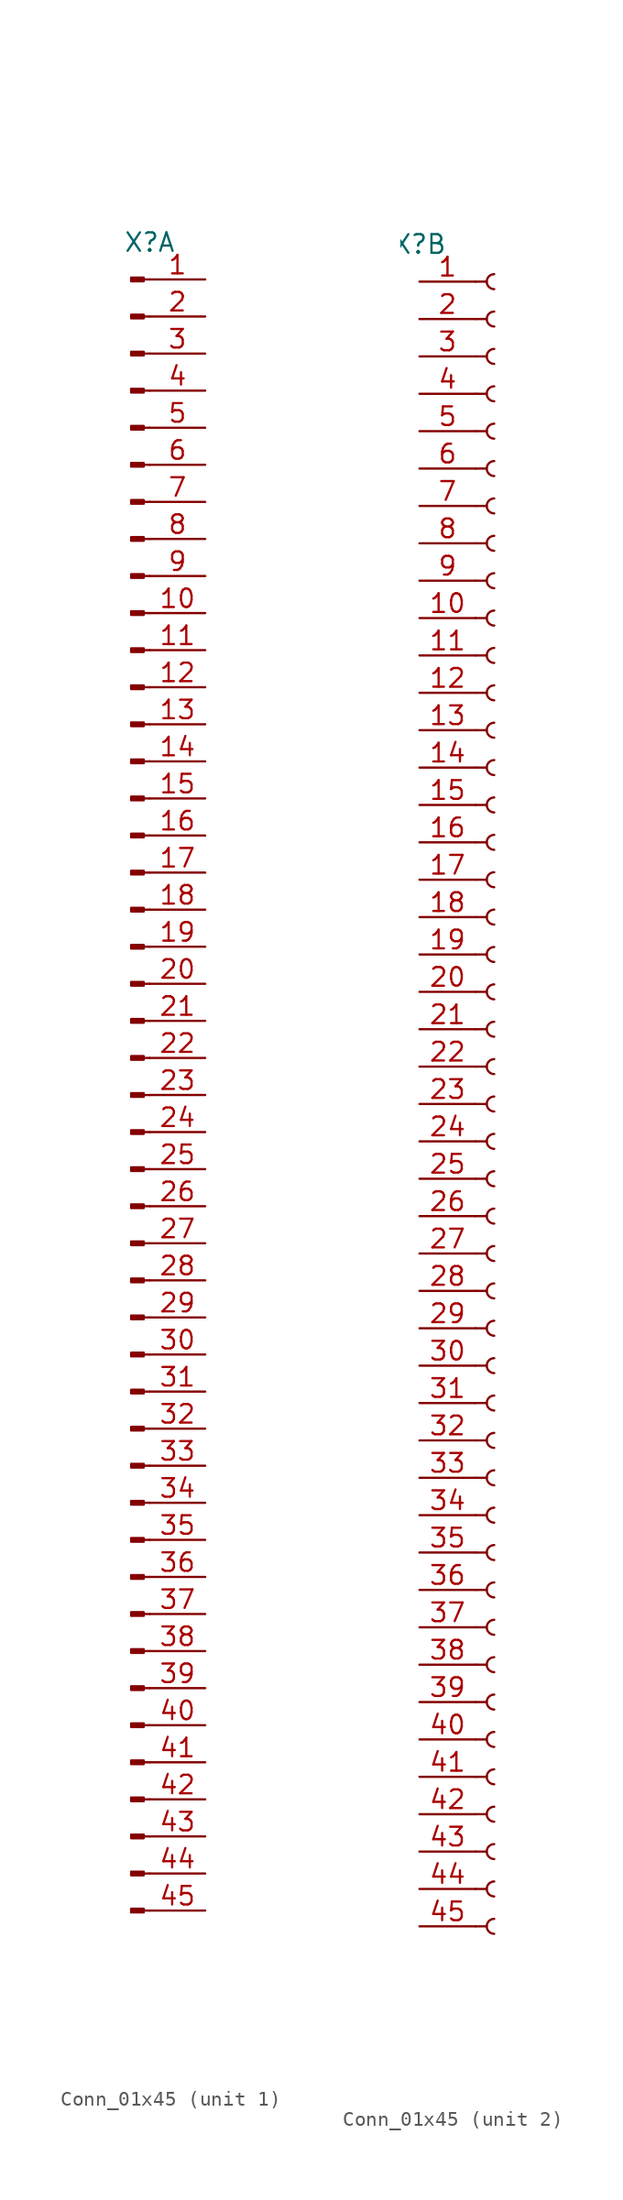
<source format=kicad_sym>
(kicad_symbol_lib
  (version 20241209)
  (generator "kicad_symbol_editor")
  (generator_version "9.0")
  (symbol "Conn_01x45"
    (pin_names
      (offset 1.016)
      (hide yes))
    (property "Reference" "X"
      (at 0 58.42 0)
      (effects (font (size 1.27 1.27))))
    (property "ki_locked" ""
      (at 0 0 0)
      (effects (font (size 1.27 1.27))))
    (symbol "Conn_01x45_1_1"
      (rectangle (start -0.406 56.007) (end -1.27 55.753) (stroke (width 0.152) (type default)) (fill (type outline)))
      (rectangle (start -0.406 53.467) (end -1.27 53.213) (stroke (width 0.152) (type default)) (fill (type outline)))
      (rectangle (start -0.406 50.927) (end -1.27 50.673) (stroke (width 0.152) (type default)) (fill (type outline)))
      (rectangle (start -0.406 48.387) (end -1.27 48.133) (stroke (width 0.152) (type default)) (fill (type outline)))
      (rectangle (start -0.406 45.847) (end -1.27 45.593) (stroke (width 0.152) (type default)) (fill (type outline)))
      (rectangle (start -0.406 43.307) (end -1.27 43.053) (stroke (width 0.152) (type default)) (fill (type outline)))
      (rectangle (start -0.406 40.767) (end -1.27 40.513) (stroke (width 0.152) (type default)) (fill (type outline)))
      (rectangle (start -0.406 38.227) (end -1.27 37.973) (stroke (width 0.152) (type default)) (fill (type outline)))
      (rectangle (start -0.406 35.687) (end -1.27 35.433) (stroke (width 0.152) (type default)) (fill (type outline)))
      (rectangle (start -0.406 33.147) (end -1.27 32.893) (stroke (width 0.152) (type default)) (fill (type outline)))
      (rectangle (start -0.406 30.607) (end -1.27 30.353) (stroke (width 0.152) (type default)) (fill (type outline)))
      (rectangle (start -0.406 28.067) (end -1.27 27.813) (stroke (width 0.152) (type default)) (fill (type outline)))
      (rectangle (start -0.406 25.527) (end -1.27 25.273) (stroke (width 0.152) (type default)) (fill (type outline)))
      (rectangle (start -0.406 22.987) (end -1.27 22.733) (stroke (width 0.152) (type default)) (fill (type outline)))
      (rectangle (start -0.406 20.447) (end -1.27 20.193) (stroke (width 0.152) (type default)) (fill (type outline)))
      (rectangle (start -0.406 17.907) (end -1.27 17.653) (stroke (width 0.152) (type default)) (fill (type outline)))
      (rectangle (start -0.406 15.367) (end -1.27 15.113) (stroke (width 0.152) (type default)) (fill (type outline)))
      (rectangle (start -0.406 12.827) (end -1.27 12.573) (stroke (width 0.152) (type default)) (fill (type outline)))
      (rectangle (start -0.406 10.287) (end -1.27 10.033) (stroke (width 0.152) (type default)) (fill (type outline)))
      (rectangle (start -0.406 7.747) (end -1.27 7.493) (stroke (width 0.152) (type default)) (fill (type outline)))
      (rectangle (start -0.406 5.207) (end -1.27 4.953) (stroke (width 0.152) (type default)) (fill (type outline)))
      (rectangle (start -0.406 2.667) (end -1.27 2.413) (stroke (width 0.152) (type default)) (fill (type outline)))
      (rectangle (start -0.406 0.127) (end -1.27 -0.127) (stroke (width 0.152) (type default)) (fill (type outline)))
      (rectangle (start -0.406 -2.413) (end -1.27 -2.667) (stroke (width 0.152) (type default)) (fill (type outline)))
      (rectangle (start -0.406 -4.953) (end -1.27 -5.207) (stroke (width 0.152) (type default)) (fill (type outline)))
      (rectangle (start -0.406 -7.493) (end -1.27 -7.747) (stroke (width 0.152) (type default)) (fill (type outline)))
      (rectangle (start -0.406 -10.033) (end -1.27 -10.287) (stroke (width 0.152) (type default)) (fill (type outline)))
      (rectangle (start -0.406 -12.573) (end -1.27 -12.827) (stroke (width 0.152) (type default)) (fill (type outline)))
      (rectangle (start -0.406 -15.113) (end -1.27 -15.367) (stroke (width 0.152) (type default)) (fill (type outline)))
      (rectangle (start -0.406 -17.653) (end -1.27 -17.907) (stroke (width 0.152) (type default)) (fill (type outline)))
      (rectangle (start -0.406 -20.193) (end -1.27 -20.447) (stroke (width 0.152) (type default)) (fill (type outline)))
      (rectangle (start -0.406 -22.733) (end -1.27 -22.987) (stroke (width 0.152) (type default)) (fill (type outline)))
      (rectangle (start -0.406 -25.273) (end -1.27 -25.527) (stroke (width 0.152) (type default)) (fill (type outline)))
      (rectangle (start -0.406 -27.813) (end -1.27 -28.067) (stroke (width 0.152) (type default)) (fill (type outline)))
      (rectangle (start -0.406 -30.353) (end -1.27 -30.607) (stroke (width 0.152) (type default)) (fill (type outline)))
      (rectangle (start -0.406 -32.893) (end -1.27 -33.147) (stroke (width 0.152) (type default)) (fill (type outline)))
      (rectangle (start -0.406 -35.433) (end -1.27 -35.687) (stroke (width 0.152) (type default)) (fill (type outline)))
      (rectangle (start -0.406 -37.973) (end -1.27 -38.227) (stroke (width 0.152) (type default)) (fill (type outline)))
      (rectangle (start -0.406 -40.513) (end -1.27 -40.767) (stroke (width 0.152) (type default)) (fill (type outline)))
      (rectangle (start -0.406 -43.053) (end -1.27 -43.307) (stroke (width 0.152) (type default)) (fill (type outline)))
      (rectangle (start -0.406 -45.593) (end -1.27 -45.847) (stroke (width 0.152) (type default)) (fill (type outline)))
      (rectangle (start -0.406 -48.133) (end -1.27 -48.387) (stroke (width 0.152) (type default)) (fill (type outline)))
      (rectangle (start -0.406 -50.673) (end -1.27 -50.927) (stroke (width 0.152) (type default)) (fill (type outline)))
      (rectangle (start -0.406 -53.213) (end -1.27 -53.467) (stroke (width 0.152) (type default)) (fill (type outline)))
      (rectangle (start -0.406 -55.753) (end -1.27 -56.007) (stroke (width 0.152) (type default)) (fill (type outline)))
      (polyline (pts (xy 0 55.88) (xy -0.406 55.88)) (stroke (width 0.152) (type default)) (fill (type none)))
      (polyline (pts (xy 0 53.34) (xy -0.406 53.34)) (stroke (width 0.152) (type default)) (fill (type none)))
      (polyline (pts (xy 0 50.8) (xy -0.406 50.8)) (stroke (width 0.152) (type default)) (fill (type none)))
      (polyline (pts (xy 0 48.26) (xy -0.406 48.26)) (stroke (width 0.152) (type default)) (fill (type none)))
      (polyline (pts (xy 0 45.72) (xy -0.406 45.72)) (stroke (width 0.152) (type default)) (fill (type none)))
      (polyline (pts (xy 0 43.18) (xy -0.406 43.18)) (stroke (width 0.152) (type default)) (fill (type none)))
      (polyline (pts (xy 0 40.64) (xy -0.406 40.64)) (stroke (width 0.152) (type default)) (fill (type none)))
      (polyline (pts (xy 0 38.1) (xy -0.406 38.1)) (stroke (width 0.152) (type default)) (fill (type none)))
      (polyline (pts (xy 0 35.56) (xy -0.406 35.56)) (stroke (width 0.152) (type default)) (fill (type none)))
      (polyline (pts (xy 0 33.02) (xy -0.406 33.02)) (stroke (width 0.152) (type default)) (fill (type none)))
      (polyline (pts (xy 0 30.48) (xy -0.406 30.48)) (stroke (width 0.152) (type default)) (fill (type none)))
      (polyline (pts (xy 0 27.94) (xy -0.406 27.94)) (stroke (width 0.152) (type default)) (fill (type none)))
      (polyline (pts (xy 0 25.4) (xy -0.406 25.4)) (stroke (width 0.152) (type default)) (fill (type none)))
      (polyline (pts (xy 0 22.86) (xy -0.406 22.86)) (stroke (width 0.152) (type default)) (fill (type none)))
      (polyline (pts (xy 0 20.32) (xy -0.406 20.32)) (stroke (width 0.152) (type default)) (fill (type none)))
      (polyline (pts (xy 0 17.78) (xy -0.406 17.78)) (stroke (width 0.152) (type default)) (fill (type none)))
      (polyline (pts (xy 0 15.24) (xy -0.406 15.24)) (stroke (width 0.152) (type default)) (fill (type none)))
      (polyline (pts (xy 0 12.7) (xy -0.406 12.7)) (stroke (width 0.152) (type default)) (fill (type none)))
      (polyline (pts (xy 0 10.16) (xy -0.406 10.16)) (stroke (width 0.152) (type default)) (fill (type none)))
      (polyline (pts (xy 0 7.62) (xy -0.406 7.62)) (stroke (width 0.152) (type default)) (fill (type none)))
      (polyline (pts (xy 0 5.08) (xy -0.406 5.08)) (stroke (width 0.152) (type default)) (fill (type none)))
      (polyline (pts (xy 0 2.54) (xy -0.406 2.54)) (stroke (width 0.152) (type default)) (fill (type none)))
      (polyline (pts (xy 0 0) (xy -0.406 0)) (stroke (width 0.152) (type default)) (fill (type none)))
      (polyline (pts (xy 0 -2.54) (xy -0.406 -2.54)) (stroke (width 0.152) (type default)) (fill (type none)))
      (polyline (pts (xy 0 -5.08) (xy -0.406 -5.08)) (stroke (width 0.152) (type default)) (fill (type none)))
      (polyline (pts (xy 0 -7.62) (xy -0.406 -7.62)) (stroke (width 0.152) (type default)) (fill (type none)))
      (polyline (pts (xy 0 -10.16) (xy -0.406 -10.16)) (stroke (width 0.152) (type default)) (fill (type none)))
      (polyline (pts (xy 0 -12.7) (xy -0.406 -12.7)) (stroke (width 0.152) (type default)) (fill (type none)))
      (polyline (pts (xy 0 -15.24) (xy -0.406 -15.24)) (stroke (width 0.152) (type default)) (fill (type none)))
      (polyline (pts (xy 0 -17.78) (xy -0.406 -17.78)) (stroke (width 0.152) (type default)) (fill (type none)))
      (polyline (pts (xy 0 -20.32) (xy -0.406 -20.32)) (stroke (width 0.152) (type default)) (fill (type none)))
      (polyline (pts (xy 0 -22.86) (xy -0.406 -22.86)) (stroke (width 0.152) (type default)) (fill (type none)))
      (polyline (pts (xy 0 -25.4) (xy -0.406 -25.4)) (stroke (width 0.152) (type default)) (fill (type none)))
      (polyline (pts (xy 0 -27.94) (xy -0.406 -27.94)) (stroke (width 0.152) (type default)) (fill (type none)))
      (polyline (pts (xy 0 -30.48) (xy -0.406 -30.48)) (stroke (width 0.152) (type default)) (fill (type none)))
      (polyline (pts (xy 0 -33.02) (xy -0.406 -33.02)) (stroke (width 0.152) (type default)) (fill (type none)))
      (polyline (pts (xy 0 -35.56) (xy -0.406 -35.56)) (stroke (width 0.152) (type default)) (fill (type none)))
      (polyline (pts (xy 0 -38.1) (xy -0.406 -38.1)) (stroke (width 0.152) (type default)) (fill (type none)))
      (polyline (pts (xy 0 -40.64) (xy -0.406 -40.64)) (stroke (width 0.152) (type default)) (fill (type none)))
      (polyline (pts (xy 0 -43.18) (xy -0.406 -43.18)) (stroke (width 0.152) (type default)) (fill (type none)))
      (polyline (pts (xy 0 -45.72) (xy -0.406 -45.72)) (stroke (width 0.152) (type default)) (fill (type none)))
      (polyline (pts (xy 0 -48.26) (xy -0.406 -48.26)) (stroke (width 0.152) (type default)) (fill (type none)))
      (polyline (pts (xy 0 -50.8) (xy -0.406 -50.8)) (stroke (width 0.152) (type default)) (fill (type none)))
      (polyline (pts (xy 0 -53.34) (xy -0.406 -53.34)) (stroke (width 0.152) (type default)) (fill (type none)))
      (polyline (pts (xy 0 -55.88) (xy -0.406 -55.88)) (stroke (width 0.152) (type default)) (fill (type none)))
      (pin passive line (at 3.81 55.88 180) (length 3.81) (name "Pin_1" (effects (font (size 1.27 1.27)))) (number "1" (effects (font (size 1.27 1.27)))))
      (pin passive line (at 3.81 53.34 180) (length 3.81) (name "Pin_2" (effects (font (size 1.27 1.27)))) (number "2" (effects (font (size 1.27 1.27)))))
      (pin passive line (at 3.81 50.8 180) (length 3.81) (name "Pin_3" (effects (font (size 1.27 1.27)))) (number "3" (effects (font (size 1.27 1.27)))))
      (pin passive line (at 3.81 48.26 180) (length 3.81) (name "Pin_4" (effects (font (size 1.27 1.27)))) (number "4" (effects (font (size 1.27 1.27)))))
      (pin passive line (at 3.81 45.72 180) (length 3.81) (name "Pin_5" (effects (font (size 1.27 1.27)))) (number "5" (effects (font (size 1.27 1.27)))))
      (pin passive line (at 3.81 43.18 180) (length 3.81) (name "Pin_6" (effects (font (size 1.27 1.27)))) (number "6" (effects (font (size 1.27 1.27)))))
      (pin passive line (at 3.81 40.64 180) (length 3.81) (name "Pin_7" (effects (font (size 1.27 1.27)))) (number "7" (effects (font (size 1.27 1.27)))))
      (pin passive line (at 3.81 38.1 180) (length 3.81) (name "Pin_8" (effects (font (size 1.27 1.27)))) (number "8" (effects (font (size 1.27 1.27)))))
      (pin passive line (at 3.81 35.56 180) (length 3.81) (name "Pin_9" (effects (font (size 1.27 1.27)))) (number "9" (effects (font (size 1.27 1.27)))))
      (pin passive line (at 3.81 33.02 180) (length 3.81) (name "Pin_10" (effects (font (size 1.27 1.27)))) (number "10" (effects (font (size 1.27 1.27)))))
      (pin passive line (at 3.81 30.48 180) (length 3.81) (name "Pin_11" (effects (font (size 1.27 1.27)))) (number "11" (effects (font (size 1.27 1.27)))))
      (pin passive line (at 3.81 27.94 180) (length 3.81) (name "Pin_12" (effects (font (size 1.27 1.27)))) (number "12" (effects (font (size 1.27 1.27)))))
      (pin passive line (at 3.81 25.4 180) (length 3.81) (name "Pin_13" (effects (font (size 1.27 1.27)))) (number "13" (effects (font (size 1.27 1.27)))))
      (pin passive line (at 3.81 22.86 180) (length 3.81) (name "Pin_14" (effects (font (size 1.27 1.27)))) (number "14" (effects (font (size 1.27 1.27)))))
      (pin passive line (at 3.81 20.32 180) (length 3.81) (name "Pin_15" (effects (font (size 1.27 1.27)))) (number "15" (effects (font (size 1.27 1.27)))))
      (pin passive line (at 3.81 17.78 180) (length 3.81) (name "Pin_16" (effects (font (size 1.27 1.27)))) (number "16" (effects (font (size 1.27 1.27)))))
      (pin passive line (at 3.81 15.24 180) (length 3.81) (name "Pin_17" (effects (font (size 1.27 1.27)))) (number "17" (effects (font (size 1.27 1.27)))))
      (pin passive line (at 3.81 12.7 180) (length 3.81) (name "Pin_18" (effects (font (size 1.27 1.27)))) (number "18" (effects (font (size 1.27 1.27)))))
      (pin passive line (at 3.81 10.16 180) (length 3.81) (name "Pin_19" (effects (font (size 1.27 1.27)))) (number "19" (effects (font (size 1.27 1.27)))))
      (pin passive line (at 3.81 7.62 180) (length 3.81) (name "Pin_20" (effects (font (size 1.27 1.27)))) (number "20" (effects (font (size 1.27 1.27)))))
      (pin passive line (at 3.81 5.08 180) (length 3.81) (name "Pin_21" (effects (font (size 1.27 1.27)))) (number "21" (effects (font (size 1.27 1.27)))))
      (pin passive line (at 3.81 2.54 180) (length 3.81) (name "Pin_22" (effects (font (size 1.27 1.27)))) (number "22" (effects (font (size 1.27 1.27)))))
      (pin passive line (at 3.81 0 180) (length 3.81) (name "Pin_23" (effects (font (size 1.27 1.27)))) (number "23" (effects (font (size 1.27 1.27)))))
      (pin passive line (at 3.81 -2.54 180) (length 3.81) (name "Pin_24" (effects (font (size 1.27 1.27)))) (number "24" (effects (font (size 1.27 1.27)))))
      (pin passive line (at 3.81 -5.08 180) (length 3.81) (name "Pin_25" (effects (font (size 1.27 1.27)))) (number "25" (effects (font (size 1.27 1.27)))))
      (pin passive line (at 3.81 -7.62 180) (length 3.81) (name "Pin_26" (effects (font (size 1.27 1.27)))) (number "26" (effects (font (size 1.27 1.27)))))
      (pin passive line (at 3.81 -10.16 180) (length 3.81) (name "Pin_27" (effects (font (size 1.27 1.27)))) (number "27" (effects (font (size 1.27 1.27)))))
      (pin passive line (at 3.81 -12.7 180) (length 3.81) (name "Pin_28" (effects (font (size 1.27 1.27)))) (number "28" (effects (font (size 1.27 1.27)))))
      (pin passive line (at 3.81 -15.24 180) (length 3.81) (name "Pin_29" (effects (font (size 1.27 1.27)))) (number "29" (effects (font (size 1.27 1.27)))))
      (pin passive line (at 3.81 -17.78 180) (length 3.81) (name "Pin_30" (effects (font (size 1.27 1.27)))) (number "30" (effects (font (size 1.27 1.27)))))
      (pin passive line (at 3.81 -20.32 180) (length 3.81) (name "Pin_31" (effects (font (size 1.27 1.27)))) (number "31" (effects (font (size 1.27 1.27)))))
      (pin passive line (at 3.81 -22.86 180) (length 3.81) (name "Pin_32" (effects (font (size 1.27 1.27)))) (number "32" (effects (font (size 1.27 1.27)))))
      (pin passive line (at 3.81 -25.4 180) (length 3.81) (name "Pin_33" (effects (font (size 1.27 1.27)))) (number "33" (effects (font (size 1.27 1.27)))))
      (pin passive line (at 3.81 -27.94 180) (length 3.81) (name "Pin_34" (effects (font (size 1.27 1.27)))) (number "34" (effects (font (size 1.27 1.27)))))
      (pin passive line (at 3.81 -30.48 180) (length 3.81) (name "Pin_35" (effects (font (size 1.27 1.27)))) (number "35" (effects (font (size 1.27 1.27)))))
      (pin passive line (at 3.81 -33.02 180) (length 3.81) (name "Pin_36" (effects (font (size 1.27 1.27)))) (number "36" (effects (font (size 1.27 1.27)))))
      (pin passive line (at 3.81 -35.56 180) (length 3.81) (name "Pin_37" (effects (font (size 1.27 1.27)))) (number "37" (effects (font (size 1.27 1.27)))))
      (pin passive line (at 3.81 -38.1 180) (length 3.81) (name "Pin_38" (effects (font (size 1.27 1.27)))) (number "38" (effects (font (size 1.27 1.27)))))
      (pin passive line (at 3.81 -40.64 180) (length 3.81) (name "Pin_39" (effects (font (size 1.27 1.27)))) (number "39" (effects (font (size 1.27 1.27)))))
      (pin passive line (at 3.81 -43.18 180) (length 3.81) (name "Pin_40" (effects (font (size 1.27 1.27)))) (number "40" (effects (font (size 1.27 1.27)))))
      (pin passive line (at 3.81 -45.72 180) (length 3.81) (name "Pin_41" (effects (font (size 1.27 1.27)))) (number "41" (effects (font (size 1.27 1.27)))))
      (pin passive line (at 3.81 -48.26 180) (length 3.81) (name "Pin_42" (effects (font (size 1.27 1.27)))) (number "42" (effects (font (size 1.27 1.27)))))
      (pin passive line (at 3.81 -50.8 180) (length 3.81) (name "Pin_43" (effects (font (size 1.27 1.27)))) (number "43" (effects (font (size 1.27 1.27)))))
      (pin passive line (at 3.81 -53.34 180) (length 3.81) (name "Pin_44" (effects (font (size 1.27 1.27)))) (number "44" (effects (font (size 1.27 1.27)))))
      (pin passive line (at 3.81 -55.88 180) (length 3.81) (name "Pin_45" (effects (font (size 1.27 1.27)))) (number "45" (effects (font (size 1.27 1.27))))))
    (symbol "Conn_01x45_2_1"
      (polyline (pts (xy 3.81 55.88) (xy 4.572 55.88)) (stroke (width 0.152) (type default)) (fill (type none)))
      (polyline (pts (xy 3.81 53.34) (xy 4.572 53.34)) (stroke (width 0.152) (type default)) (fill (type none)))
      (polyline (pts (xy 3.81 50.8) (xy 4.572 50.8)) (stroke (width 0.152) (type default)) (fill (type none)))
      (polyline (pts (xy 3.81 48.26) (xy 4.572 48.26)) (stroke (width 0.152) (type default)) (fill (type none)))
      (polyline (pts (xy 3.81 45.72) (xy 4.572 45.72)) (stroke (width 0.152) (type default)) (fill (type none)))
      (polyline (pts (xy 3.81 43.18) (xy 4.572 43.18)) (stroke (width 0.152) (type default)) (fill (type none)))
      (polyline (pts (xy 3.81 40.64) (xy 4.572 40.64)) (stroke (width 0.152) (type default)) (fill (type none)))
      (polyline (pts (xy 3.81 38.1) (xy 4.572 38.1)) (stroke (width 0.152) (type default)) (fill (type none)))
      (polyline (pts (xy 3.81 35.56) (xy 4.572 35.56)) (stroke (width 0.152) (type default)) (fill (type none)))
      (polyline (pts (xy 3.81 33.02) (xy 4.572 33.02)) (stroke (width 0.152) (type default)) (fill (type none)))
      (polyline (pts (xy 3.81 30.48) (xy 4.572 30.48)) (stroke (width 0.152) (type default)) (fill (type none)))
      (polyline (pts (xy 3.81 27.94) (xy 4.572 27.94)) (stroke (width 0.152) (type default)) (fill (type none)))
      (polyline (pts (xy 3.81 25.4) (xy 4.572 25.4)) (stroke (width 0.152) (type default)) (fill (type none)))
      (polyline (pts (xy 3.81 22.86) (xy 4.572 22.86)) (stroke (width 0.152) (type default)) (fill (type none)))
      (polyline (pts (xy 3.81 20.32) (xy 4.572 20.32)) (stroke (width 0.152) (type default)) (fill (type none)))
      (polyline (pts (xy 3.81 17.78) (xy 4.572 17.78)) (stroke (width 0.152) (type default)) (fill (type none)))
      (polyline (pts (xy 3.81 15.24) (xy 4.572 15.24)) (stroke (width 0.152) (type default)) (fill (type none)))
      (polyline (pts (xy 3.81 12.7) (xy 4.572 12.7)) (stroke (width 0.152) (type default)) (fill (type none)))
      (polyline (pts (xy 3.81 10.16) (xy 4.572 10.16)) (stroke (width 0.152) (type default)) (fill (type none)))
      (polyline (pts (xy 3.81 7.62) (xy 4.572 7.62)) (stroke (width 0.152) (type default)) (fill (type none)))
      (polyline (pts (xy 3.81 5.08) (xy 4.572 5.08)) (stroke (width 0.152) (type default)) (fill (type none)))
      (polyline (pts (xy 3.81 2.54) (xy 4.572 2.54)) (stroke (width 0.152) (type default)) (fill (type none)))
      (polyline (pts (xy 3.81 0) (xy 4.572 0)) (stroke (width 0.152) (type default)) (fill (type none)))
      (polyline (pts (xy 3.81 -2.54) (xy 4.572 -2.54)) (stroke (width 0.152) (type default)) (fill (type none)))
      (polyline (pts (xy 3.81 -5.08) (xy 4.572 -5.08)) (stroke (width 0.152) (type default)) (fill (type none)))
      (polyline (pts (xy 3.81 -7.62) (xy 4.572 -7.62)) (stroke (width 0.152) (type default)) (fill (type none)))
      (polyline (pts (xy 3.81 -10.16) (xy 4.572 -10.16)) (stroke (width 0.152) (type default)) (fill (type none)))
      (polyline (pts (xy 3.81 -12.7) (xy 4.572 -12.7)) (stroke (width 0.152) (type default)) (fill (type none)))
      (polyline (pts (xy 3.81 -15.24) (xy 4.572 -15.24)) (stroke (width 0.152) (type default)) (fill (type none)))
      (polyline (pts (xy 3.81 -17.78) (xy 4.572 -17.78)) (stroke (width 0.152) (type default)) (fill (type none)))
      (polyline (pts (xy 3.81 -20.32) (xy 4.572 -20.32)) (stroke (width 0.152) (type default)) (fill (type none)))
      (polyline (pts (xy 3.81 -22.86) (xy 4.572 -22.86)) (stroke (width 0.152) (type default)) (fill (type none)))
      (polyline (pts (xy 3.81 -25.4) (xy 4.572 -25.4)) (stroke (width 0.152) (type default)) (fill (type none)))
      (polyline (pts (xy 3.81 -27.94) (xy 4.572 -27.94)) (stroke (width 0.152) (type default)) (fill (type none)))
      (polyline (pts (xy 3.81 -30.48) (xy 4.572 -30.48)) (stroke (width 0.152) (type default)) (fill (type none)))
      (polyline (pts (xy 3.81 -33.02) (xy 4.572 -33.02)) (stroke (width 0.152) (type default)) (fill (type none)))
      (polyline (pts (xy 3.81 -35.56) (xy 4.572 -35.56)) (stroke (width 0.152) (type default)) (fill (type none)))
      (polyline (pts (xy 3.81 -38.1) (xy 4.572 -38.1)) (stroke (width 0.152) (type default)) (fill (type none)))
      (polyline (pts (xy 3.81 -40.64) (xy 4.572 -40.64)) (stroke (width 0.152) (type default)) (fill (type none)))
      (polyline (pts (xy 3.81 -43.18) (xy 4.572 -43.18)) (stroke (width 0.152) (type default)) (fill (type none)))
      (polyline (pts (xy 3.81 -45.72) (xy 4.572 -45.72)) (stroke (width 0.152) (type default)) (fill (type none)))
      (polyline (pts (xy 3.81 -48.26) (xy 4.572 -48.26)) (stroke (width 0.152) (type default)) (fill (type none)))
      (polyline (pts (xy 3.81 -50.8) (xy 4.572 -50.8)) (stroke (width 0.152) (type default)) (fill (type none)))
      (polyline (pts (xy 3.81 -53.34) (xy 4.572 -53.34)) (stroke (width 0.152) (type default)) (fill (type none)))
      (polyline (pts (xy 3.81 -55.88) (xy 4.572 -55.88)) (stroke (width 0.152) (type default)) (fill (type none)))
      (arc (start 5.08 55.372) (mid 4.5742 55.88) (end 5.08 56.388) (stroke (width 0.1524) (type default)) (fill (type none)))
      (arc (start 5.08 52.832) (mid 4.5742 53.34) (end 5.08 53.848) (stroke (width 0.1524) (type default)) (fill (type none)))
      (arc (start 5.08 50.292) (mid 4.5742 50.8) (end 5.08 51.308) (stroke (width 0.1524) (type default)) (fill (type none)))
      (arc (start 5.08 47.752) (mid 4.5742 48.26) (end 5.08 48.768) (stroke (width 0.1524) (type default)) (fill (type none)))
      (arc (start 5.08 45.212) (mid 4.5742 45.72) (end 5.08 46.228) (stroke (width 0.1524) (type default)) (fill (type none)))
      (arc (start 5.08 42.672) (mid 4.5742 43.18) (end 5.08 43.688) (stroke (width 0.1524) (type default)) (fill (type none)))
      (arc (start 5.08 40.132) (mid 4.5742 40.64) (end 5.08 41.148) (stroke (width 0.1524) (type default)) (fill (type none)))
      (arc (start 5.08 37.592) (mid 4.5742 38.1) (end 5.08 38.608) (stroke (width 0.1524) (type default)) (fill (type none)))
      (arc (start 5.08 35.052) (mid 4.5742 35.56) (end 5.08 36.068) (stroke (width 0.1524) (type default)) (fill (type none)))
      (arc (start 5.08 32.512) (mid 4.5742 33.02) (end 5.08 33.528) (stroke (width 0.1524) (type default)) (fill (type none)))
      (arc (start 5.08 29.972) (mid 4.5742 30.48) (end 5.08 30.988) (stroke (width 0.1524) (type default)) (fill (type none)))
      (arc (start 5.08 27.432) (mid 4.5742 27.94) (end 5.08 28.448) (stroke (width 0.1524) (type default)) (fill (type none)))
      (arc (start 5.08 24.892) (mid 4.5742 25.4) (end 5.08 25.908) (stroke (width 0.1524) (type default)) (fill (type none)))
      (arc (start 5.08 22.352) (mid 4.5742 22.86) (end 5.08 23.368) (stroke (width 0.1524) (type default)) (fill (type none)))
      (arc (start 5.08 19.812) (mid 4.5742 20.32) (end 5.08 20.828) (stroke (width 0.1524) (type default)) (fill (type none)))
      (arc (start 5.08 17.272) (mid 4.5742 17.78) (end 5.08 18.288) (stroke (width 0.1524) (type default)) (fill (type none)))
      (arc (start 5.08 14.732) (mid 4.5742 15.24) (end 5.08 15.748) (stroke (width 0.1524) (type default)) (fill (type none)))
      (arc (start 5.08 12.192) (mid 4.5742 12.7) (end 5.08 13.208) (stroke (width 0.1524) (type default)) (fill (type none)))
      (arc (start 5.08 9.652) (mid 4.5742 10.16) (end 5.08 10.668) (stroke (width 0.1524) (type default)) (fill (type none)))
      (arc (start 5.08 7.112) (mid 4.5742 7.62) (end 5.08 8.128) (stroke (width 0.1524) (type default)) (fill (type none)))
      (arc (start 5.08 4.572) (mid 4.5742 5.08) (end 5.08 5.588) (stroke (width 0.1524) (type default)) (fill (type none)))
      (arc (start 5.08 2.032) (mid 4.5742 2.54) (end 5.08 3.048) (stroke (width 0.1524) (type default)) (fill (type none)))
      (arc (start 5.08 -0.508) (mid 4.5742 0) (end 5.08 0.508) (stroke (width 0.1524) (type default)) (fill (type none)))
      (arc (start 5.08 -3.048) (mid 4.5742 -2.54) (end 5.08 -2.032) (stroke (width 0.1524) (type default)) (fill (type none)))
      (arc (start 5.08 -5.588) (mid 4.5742 -5.08) (end 5.08 -4.572) (stroke (width 0.1524) (type default)) (fill (type none)))
      (arc (start 5.08 -8.128) (mid 4.5742 -7.62) (end 5.08 -7.112) (stroke (width 0.1524) (type default)) (fill (type none)))
      (arc (start 5.08 -10.668) (mid 4.5742 -10.16) (end 5.08 -9.652) (stroke (width 0.1524) (type default)) (fill (type none)))
      (arc (start 5.08 -13.208) (mid 4.5742 -12.7) (end 5.08 -12.192) (stroke (width 0.1524) (type default)) (fill (type none)))
      (arc (start 5.08 -15.748) (mid 4.5742 -15.24) (end 5.08 -14.732) (stroke (width 0.1524) (type default)) (fill (type none)))
      (arc (start 5.08 -18.288) (mid 4.5742 -17.78) (end 5.08 -17.272) (stroke (width 0.1524) (type default)) (fill (type none)))
      (arc (start 5.08 -20.828) (mid 4.5742 -20.32) (end 5.08 -19.812) (stroke (width 0.1524) (type default)) (fill (type none)))
      (arc (start 5.08 -23.368) (mid 4.5742 -22.86) (end 5.08 -22.352) (stroke (width 0.1524) (type default)) (fill (type none)))
      (arc (start 5.08 -25.908) (mid 4.5742 -25.4) (end 5.08 -24.892) (stroke (width 0.1524) (type default)) (fill (type none)))
      (arc (start 5.08 -28.448) (mid 4.5742 -27.94) (end 5.08 -27.432) (stroke (width 0.1524) (type default)) (fill (type none)))
      (arc (start 5.08 -30.988) (mid 4.5742 -30.48) (end 5.08 -29.972) (stroke (width 0.1524) (type default)) (fill (type none)))
      (arc (start 5.08 -33.528) (mid 4.5742 -33.02) (end 5.08 -32.512) (stroke (width 0.1524) (type default)) (fill (type none)))
      (arc (start 5.08 -36.068) (mid 4.5742 -35.56) (end 5.08 -35.052) (stroke (width 0.1524) (type default)) (fill (type none)))
      (arc (start 5.08 -38.608) (mid 4.5742 -38.1) (end 5.08 -37.592) (stroke (width 0.1524) (type default)) (fill (type none)))
      (arc (start 5.08 -41.148) (mid 4.5742 -40.64) (end 5.08 -40.132) (stroke (width 0.1524) (type default)) (fill (type none)))
      (arc (start 5.08 -43.688) (mid 4.5742 -43.18) (end 5.08 -42.672) (stroke (width 0.1524) (type default)) (fill (type none)))
      (arc (start 5.08 -46.228) (mid 4.5742 -45.72) (end 5.08 -45.212) (stroke (width 0.1524) (type default)) (fill (type none)))
      (arc (start 5.08 -48.768) (mid 4.5742 -48.26) (end 5.08 -47.752) (stroke (width 0.1524) (type default)) (fill (type none)))
      (arc (start 5.08 -51.308) (mid 4.5742 -50.8) (end 5.08 -50.292) (stroke (width 0.1524) (type default)) (fill (type none)))
      (arc (start 5.08 -53.848) (mid 4.5742 -53.34) (end 5.08 -52.832) (stroke (width 0.1524) (type default)) (fill (type none)))
      (arc (start 5.08 -56.388) (mid 4.5742 -55.88) (end 5.08 -55.372) (stroke (width 0.1524) (type default)) (fill (type none)))
      (pin passive line (at 0 55.88 0) (length 3.81) (name "Pin_1" (effects (font (size 1.27 1.27)))) (number "1" (effects (font (size 1.27 1.27)))))
      (pin passive line (at 0 53.34 0) (length 3.81) (name "Pin_2" (effects (font (size 1.27 1.27)))) (number "2" (effects (font (size 1.27 1.27)))))
      (pin passive line (at 0 50.8 0) (length 3.81) (name "Pin_3" (effects (font (size 1.27 1.27)))) (number "3" (effects (font (size 1.27 1.27)))))
      (pin passive line (at 0 48.26 0) (length 3.81) (name "Pin_4" (effects (font (size 1.27 1.27)))) (number "4" (effects (font (size 1.27 1.27)))))
      (pin passive line (at 0 45.72 0) (length 3.81) (name "Pin_5" (effects (font (size 1.27 1.27)))) (number "5" (effects (font (size 1.27 1.27)))))
      (pin passive line (at 0 43.18 0) (length 3.81) (name "Pin_6" (effects (font (size 1.27 1.27)))) (number "6" (effects (font (size 1.27 1.27)))))
      (pin passive line (at 0 40.64 0) (length 3.81) (name "Pin_7" (effects (font (size 1.27 1.27)))) (number "7" (effects (font (size 1.27 1.27)))))
      (pin passive line (at 0 38.1 0) (length 3.81) (name "Pin_8" (effects (font (size 1.27 1.27)))) (number "8" (effects (font (size 1.27 1.27)))))
      (pin passive line (at 0 35.56 0) (length 3.81) (name "Pin_9" (effects (font (size 1.27 1.27)))) (number "9" (effects (font (size 1.27 1.27)))))
      (pin passive line (at 0 33.02 0) (length 3.81) (name "Pin_10" (effects (font (size 1.27 1.27)))) (number "10" (effects (font (size 1.27 1.27)))))
      (pin passive line (at 0 30.48 0) (length 3.81) (name "Pin_11" (effects (font (size 1.27 1.27)))) (number "11" (effects (font (size 1.27 1.27)))))
      (pin passive line (at 0 27.94 0) (length 3.81) (name "Pin_12" (effects (font (size 1.27 1.27)))) (number "12" (effects (font (size 1.27 1.27)))))
      (pin passive line (at 0 25.4 0) (length 3.81) (name "Pin_13" (effects (font (size 1.27 1.27)))) (number "13" (effects (font (size 1.27 1.27)))))
      (pin passive line (at 0 22.86 0) (length 3.81) (name "Pin_14" (effects (font (size 1.27 1.27)))) (number "14" (effects (font (size 1.27 1.27)))))
      (pin passive line (at 0 20.32 0) (length 3.81) (name "Pin_15" (effects (font (size 1.27 1.27)))) (number "15" (effects (font (size 1.27 1.27)))))
      (pin passive line (at 0 17.78 0) (length 3.81) (name "Pin_16" (effects (font (size 1.27 1.27)))) (number "16" (effects (font (size 1.27 1.27)))))
      (pin passive line (at 0 15.24 0) (length 3.81) (name "Pin_17" (effects (font (size 1.27 1.27)))) (number "17" (effects (font (size 1.27 1.27)))))
      (pin passive line (at 0 12.7 0) (length 3.81) (name "Pin_18" (effects (font (size 1.27 1.27)))) (number "18" (effects (font (size 1.27 1.27)))))
      (pin passive line (at 0 10.16 0) (length 3.81) (name "Pin_19" (effects (font (size 1.27 1.27)))) (number "19" (effects (font (size 1.27 1.27)))))
      (pin passive line (at 0 7.62 0) (length 3.81) (name "Pin_20" (effects (font (size 1.27 1.27)))) (number "20" (effects (font (size 1.27 1.27)))))
      (pin passive line (at 0 5.08 0) (length 3.81) (name "Pin_21" (effects (font (size 1.27 1.27)))) (number "21" (effects (font (size 1.27 1.27)))))
      (pin passive line (at 0 2.54 0) (length 3.81) (name "Pin_22" (effects (font (size 1.27 1.27)))) (number "22" (effects (font (size 1.27 1.27)))))
      (pin passive line (at 0 0 0) (length 3.81) (name "Pin_23" (effects (font (size 1.27 1.27)))) (number "23" (effects (font (size 1.27 1.27)))))
      (pin passive line (at 0 -2.54 0) (length 3.81) (name "Pin_24" (effects (font (size 1.27 1.27)))) (number "24" (effects (font (size 1.27 1.27)))))
      (pin passive line (at 0 -5.08 0) (length 3.81) (name "Pin_25" (effects (font (size 1.27 1.27)))) (number "25" (effects (font (size 1.27 1.27)))))
      (pin passive line (at 0 -7.62 0) (length 3.81) (name "Pin_26" (effects (font (size 1.27 1.27)))) (number "26" (effects (font (size 1.27 1.27)))))
      (pin passive line (at 0 -10.16 0) (length 3.81) (name "Pin_27" (effects (font (size 1.27 1.27)))) (number "27" (effects (font (size 1.27 1.27)))))
      (pin passive line (at 0 -12.7 0) (length 3.81) (name "Pin_28" (effects (font (size 1.27 1.27)))) (number "28" (effects (font (size 1.27 1.27)))))
      (pin passive line (at 0 -15.24 0) (length 3.81) (name "Pin_29" (effects (font (size 1.27 1.27)))) (number "29" (effects (font (size 1.27 1.27)))))
      (pin passive line (at 0 -17.78 0) (length 3.81) (name "Pin_30" (effects (font (size 1.27 1.27)))) (number "30" (effects (font (size 1.27 1.27)))))
      (pin passive line (at 0 -20.32 0) (length 3.81) (name "Pin_31" (effects (font (size 1.27 1.27)))) (number "31" (effects (font (size 1.27 1.27)))))
      (pin passive line (at 0 -22.86 0) (length 3.81) (name "Pin_32" (effects (font (size 1.27 1.27)))) (number "32" (effects (font (size 1.27 1.27)))))
      (pin passive line (at 0 -25.4 0) (length 3.81) (name "Pin_33" (effects (font (size 1.27 1.27)))) (number "33" (effects (font (size 1.27 1.27)))))
      (pin passive line (at 0 -27.94 0) (length 3.81) (name "Pin_34" (effects (font (size 1.27 1.27)))) (number "34" (effects (font (size 1.27 1.27)))))
      (pin passive line (at 0 -30.48 0) (length 3.81) (name "Pin_35" (effects (font (size 1.27 1.27)))) (number "35" (effects (font (size 1.27 1.27)))))
      (pin passive line (at 0 -33.02 0) (length 3.81) (name "Pin_36" (effects (font (size 1.27 1.27)))) (number "36" (effects (font (size 1.27 1.27)))))
      (pin passive line (at 0 -35.56 0) (length 3.81) (name "Pin_37" (effects (font (size 1.27 1.27)))) (number "37" (effects (font (size 1.27 1.27)))))
      (pin passive line (at 0 -38.1 0) (length 3.81) (name "Pin_38" (effects (font (size 1.27 1.27)))) (number "38" (effects (font (size 1.27 1.27)))))
      (pin passive line (at 0 -40.64 0) (length 3.81) (name "Pin_39" (effects (font (size 1.27 1.27)))) (number "39" (effects (font (size 1.27 1.27)))))
      (pin passive line (at 0 -43.18 0) (length 3.81) (name "Pin_40" (effects (font (size 1.27 1.27)))) (number "40" (effects (font (size 1.27 1.27)))))
      (pin passive line (at 0 -45.72 0) (length 3.81) (name "Pin_41" (effects (font (size 1.27 1.27)))) (number "41" (effects (font (size 1.27 1.27)))))
      (pin passive line (at 0 -48.26 0) (length 3.81) (name "Pin_42" (effects (font (size 1.27 1.27)))) (number "42" (effects (font (size 1.27 1.27)))))
      (pin passive line (at 0 -50.8 0) (length 3.81) (name "Pin_43" (effects (font (size 1.27 1.27)))) (number "43" (effects (font (size 1.27 1.27)))))
      (pin passive line (at 0 -53.34 0) (length 3.81) (name "Pin_44" (effects (font (size 1.27 1.27)))) (number "44" (effects (font (size 1.27 1.27)))))
      (pin passive line (at 0 -55.88 0) (length 3.81) (name "Pin_45" (effects (font (size 1.27 1.27)))) (number "45" (effects (font (size 1.27 1.27))))))))
</source>
